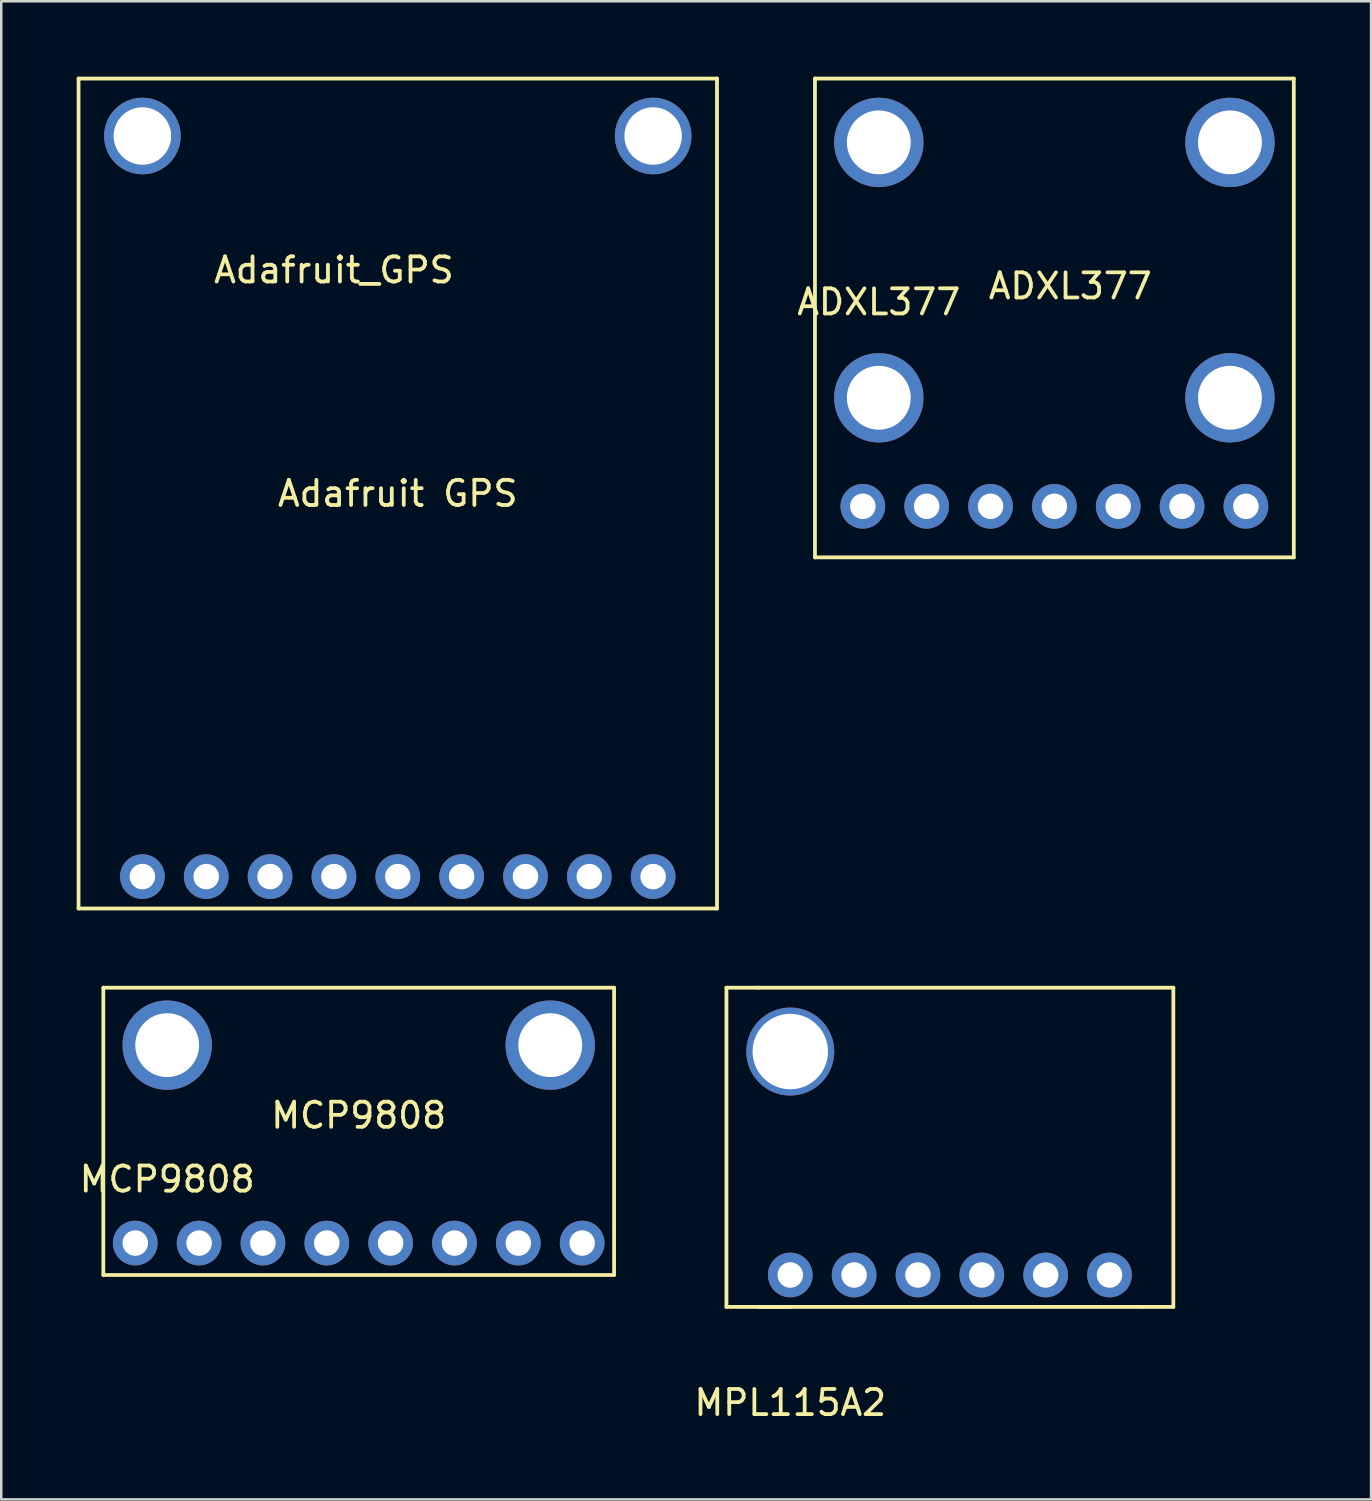
<source format=kicad_pcb>
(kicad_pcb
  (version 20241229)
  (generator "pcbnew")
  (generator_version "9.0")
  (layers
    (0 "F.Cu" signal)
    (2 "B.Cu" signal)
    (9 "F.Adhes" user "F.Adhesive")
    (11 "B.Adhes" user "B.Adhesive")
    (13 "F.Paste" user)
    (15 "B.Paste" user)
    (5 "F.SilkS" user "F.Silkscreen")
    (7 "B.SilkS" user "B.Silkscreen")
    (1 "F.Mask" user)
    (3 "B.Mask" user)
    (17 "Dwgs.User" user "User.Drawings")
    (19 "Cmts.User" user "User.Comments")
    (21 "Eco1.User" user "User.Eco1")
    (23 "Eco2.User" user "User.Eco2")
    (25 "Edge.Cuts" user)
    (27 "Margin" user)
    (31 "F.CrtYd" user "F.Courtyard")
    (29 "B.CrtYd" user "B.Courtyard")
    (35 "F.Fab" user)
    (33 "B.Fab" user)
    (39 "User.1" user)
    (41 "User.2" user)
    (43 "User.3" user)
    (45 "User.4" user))
  (footprint "MPL115A2"
    (layer "F.Cu")
    (at 28.391 47.675)
    (property "Reference" "MPL115A2" (at 0 5.08 0) (layer "F.SilkS") (effects (font (size 1 1) (thickness 0.15))))
    (attr through_hole)
    (fp_line (start -2.54 -11.43) (end -2.54 1.27) (stroke (width 0.15) (type solid)) (layer "F.SilkS"))
    (fp_line (start -2.54 1.27) (end 0 1.27) (stroke (width 0.15) (type solid)) (layer "F.SilkS"))
    (fp_line (start -1.27 -11.43) (end -2.54 -11.43) (stroke (width 0.15) (type solid)) (layer "F.SilkS"))
    (fp_line (start -1.27 1.27) (end 13.97 1.27) (stroke (width 0.15) (type solid)) (layer "F.SilkS"))
    (fp_line (start 13.97 1.27) (end 15.24 1.27) (stroke (width 0.15) (type solid)) (layer "F.SilkS"))
    (fp_line (start 15.24 -11.43) (end -1.27 -11.43) (stroke (width 0.15) (type solid)) (layer "F.SilkS"))
    (fp_line (start 15.24 1.27) (end 15.24 -11.43) (stroke (width 0.15) (type solid)) (layer "F.SilkS"))
    (pad "1" thru_hole circle (at 0 0) (size 1.778 1.778) (drill 1.016) (layers "*.Cu" "*.Mask"))
    (pad "2" thru_hole circle (at 2.54 0) (size 1.778 1.778) (drill 1.016) (layers "*.Cu" "*.Mask"))
    (pad "3" thru_hole circle (at 5.08 0) (size 1.778 1.778) (drill 1.016) (layers "*.Cu" "*.Mask"))
    (pad "4" thru_hole circle (at 7.62 0) (size 1.778 1.778) (drill 1.016) (layers "*.Cu" "*.Mask"))
    (pad "5" thru_hole circle (at 10.16 0) (size 1.778 1.778) (drill 1.016) (layers "*.Cu" "*.Mask"))
    (pad "6" thru_hole circle (at 12.7 0) (size 1.778 1.778) (drill 1.016) (layers "*.Cu" "*.Mask"))
    (pad "7" thru_hole circle (at 0 -8.89) (size 3.5 3.5) (drill 3) (layers "*.Cu" "*.Mask")))
  (footprint "MCP9808"
    (layer "F.Cu")
    (at 11.221 46.405)
    (property "Reference" "MCP9808" (at -7.62 -2.54 0) (layer "F.SilkS") (effects (font (size 1 1) (thickness 0.15))))
    (attr through_hole)
    (fp_line (start -10.16 -10.16) (end 10.16 -10.16) (stroke (width 0.15) (type solid)) (layer "F.SilkS"))
    (fp_line (start -10.16 1.27) (end -10.16 -10.16) (stroke (width 0.15) (type solid)) (layer "F.SilkS"))
    (fp_line (start 10.16 -10.16) (end 10.16 1.27) (stroke (width 0.15) (type solid)) (layer "F.SilkS"))
    (fp_line (start 10.16 1.27) (end -10.16 1.27) (stroke (width 0.15) (type solid)) (layer "F.SilkS"))
    (fp_text user "MCP9808" (at 0 -5.08 0) (layer "F.SilkS") (effects (font (size 1 1) (thickness 0.15))))
    (pad "" thru_hole circle (at -7.62 -7.874) (size 3.556 3.556) (drill 2.54) (layers "*.Cu" "*.Mask"))
    (pad "" thru_hole circle (at 7.62 -7.874) (size 3.556 3.556) (drill 2.54) (layers "*.Cu" "*.Mask"))
    (pad "1" thru_hole circle (at -8.89 0) (size 1.778 1.778) (drill 1.016) (layers "*.Cu" "*.Mask"))
    (pad "2" thru_hole circle (at -6.35 0) (size 1.778 1.778) (drill 1.016) (layers "*.Cu" "*.Mask"))
    (pad "3" thru_hole circle (at -3.81 0) (size 1.778 1.778) (drill 1.016) (layers "*.Cu" "*.Mask"))
    (pad "4" thru_hole circle (at -1.27 0) (size 1.778 1.778) (drill 1.016) (layers "*.Cu" "*.Mask"))
    (pad "5" thru_hole circle (at 1.27 0) (size 1.778 1.778) (drill 1.016) (layers "*.Cu" "*.Mask"))
    (pad "6" thru_hole circle (at 3.81 0) (size 1.778 1.778) (drill 1.016) (layers "*.Cu" "*.Mask"))
    (pad "7" thru_hole circle (at 6.35 0) (size 1.778 1.778) (drill 1.016) (layers "*.Cu" "*.Mask"))
    (pad "8" thru_hole circle (at 8.89 0) (size 1.778 1.778) (drill 1.016) (layers "*.Cu" "*.Mask")))
  (footprint "Adafruit_GPS"
    (layer "F.Cu")
    (at 2.615 31.825)
    (property "Reference" "Adafruit_GPS" (at 7.62 -24.13 0) (layer "F.SilkS") (effects (font (size 1 1) (thickness 0.15))))
    (attr through_hole)
    (fp_line (start -2.54 -31.75) (end 22.86 -31.75) (stroke (width 0.15) (type solid)) (layer "F.SilkS"))
    (fp_line (start -2.54 1.27) (end -2.54 -31.75) (stroke (width 0.15) (type solid)) (layer "F.SilkS"))
    (fp_line (start -2.54 1.27) (end 22.86 1.27) (stroke (width 0.15) (type solid)) (layer "F.SilkS"))
    (fp_line (start 22.86 -31.75) (end 22.86 1.27) (stroke (width 0.15) (type solid)) (layer "F.SilkS"))
    (fp_text user "Adafruit GPS" (at 10.16 -15.24 0) (layer "F.SilkS") (effects (font (size 1 1) (thickness 0.15))))
    (pad "1" thru_hole circle (at 0 0) (size 1.778 1.778) (drill 1.016) (layers "*.Cu" "*.Mask"))
    (pad "2" thru_hole circle (at 2.54 0) (size 1.778 1.778) (drill 1.016) (layers "*.Cu" "*.Mask"))
    (pad "3" thru_hole circle (at 5.08 0) (size 1.778 1.778) (drill 1.016) (layers "*.Cu" "*.Mask"))
    (pad "4" thru_hole circle (at 7.62 0) (size 1.778 1.778) (drill 1.016) (layers "*.Cu" "*.Mask"))
    (pad "5" thru_hole circle (at 10.16 0) (size 1.778 1.778) (drill 1.016) (layers "*.Cu" "*.Mask"))
    (pad "6" thru_hole circle (at 12.7 0) (size 1.778 1.778) (drill 1.016) (layers "*.Cu" "*.Mask"))
    (pad "7" thru_hole circle (at 15.24 0) (size 1.778 1.778) (drill 1.016) (layers "*.Cu" "*.Mask"))
    (pad "8" thru_hole circle (at 17.78 0) (size 1.778 1.778) (drill 1.016) (layers "*.Cu" "*.Mask"))
    (pad "9" thru_hole circle (at 20.32 0) (size 1.778 1.778) (drill 1.016) (layers "*.Cu" "*.Mask"))
    (pad "10" thru_hole circle (at 0 -29.464) (size 3.048 3.048) (drill 2.286) (layers "*.Cu" "*.Mask"))
    (pad "11" thru_hole circle (at 20.32 -29.464) (size 3.048 3.048) (drill 2.286) (layers "*.Cu" "*.Mask")))
  (footprint "ADXL377"
    (layer "F.Cu")
    (at 29.373 19.125)
    (property "Reference" "ADXL377" (at 2.54 -10.16 0) (layer "F.SilkS") (effects (font (size 1 1) (thickness 0.15))))
    (attr through_hole)
    (fp_line (start 0 -19.05) (end 19.05 -19.05) (stroke (width 0.15) (type solid)) (layer "F.SilkS"))
    (fp_line (start 0 0) (end 0 -19.05) (stroke (width 0.15) (type solid)) (layer "F.SilkS"))
    (fp_line (start 19.05 -19.05) (end 19.05 0) (stroke (width 0.15) (type solid)) (layer "F.SilkS"))
    (fp_line (start 19.05 0) (end 0 0) (stroke (width 0.15) (type solid)) (layer "F.SilkS"))
    (fp_text user "ADXL377" (at 10.16 -10.795 0) (layer "F.SilkS") (effects (font (size 1 1) (thickness 0.15))))
    (pad "" thru_hole circle (at 2.54 -16.51) (size 3.556 3.556) (drill 2.54) (layers "*.Cu" "*.Mask"))
    (pad "" thru_hole circle (at 2.54 -6.35) (size 3.556 3.556) (drill 2.54) (layers "*.Cu" "*.Mask"))
    (pad "" thru_hole circle (at 16.51 -16.51) (size 3.556 3.556) (drill 2.54) (layers "*.Cu" "*.Mask"))
    (pad "" thru_hole circle (at 16.51 -6.35) (size 3.556 3.556) (drill 2.54) (layers "*.Cu" "*.Mask"))
    (pad "1" thru_hole circle (at 1.905 -2.032) (size 1.778 1.778) (drill 1.016) (layers "*.Cu" "*.Mask"))
    (pad "2" thru_hole circle (at 4.445 -2.032) (size 1.778 1.778) (drill 1.016) (layers "*.Cu" "*.Mask"))
    (pad "3" thru_hole circle (at 6.985 -2.032) (size 1.778 1.778) (drill 1.016) (layers "*.Cu" "*.Mask"))
    (pad "4" thru_hole circle (at 9.525 -2.032) (size 1.778 1.778) (drill 1.016) (layers "*.Cu" "*.Mask"))
    (pad "5" thru_hole circle (at 12.065 -2.032) (size 1.778 1.778) (drill 1.016) (layers "*.Cu" "*.Mask"))
    (pad "6" thru_hole circle (at 14.605 -2.032) (size 1.778 1.778) (drill 1.016) (layers "*.Cu" "*.Mask"))
    (pad "7" thru_hole circle (at 17.145 -2.032) (size 1.778 1.778) (drill 1.016) (layers "*.Cu" "*.Mask")))
  (gr_rect
    (start -3 -3)
    (end 51.498 56.603)
    (stroke (width 0.1) (type default))
    (fill no)
    (layer "Edge.Cuts")))
</source>
